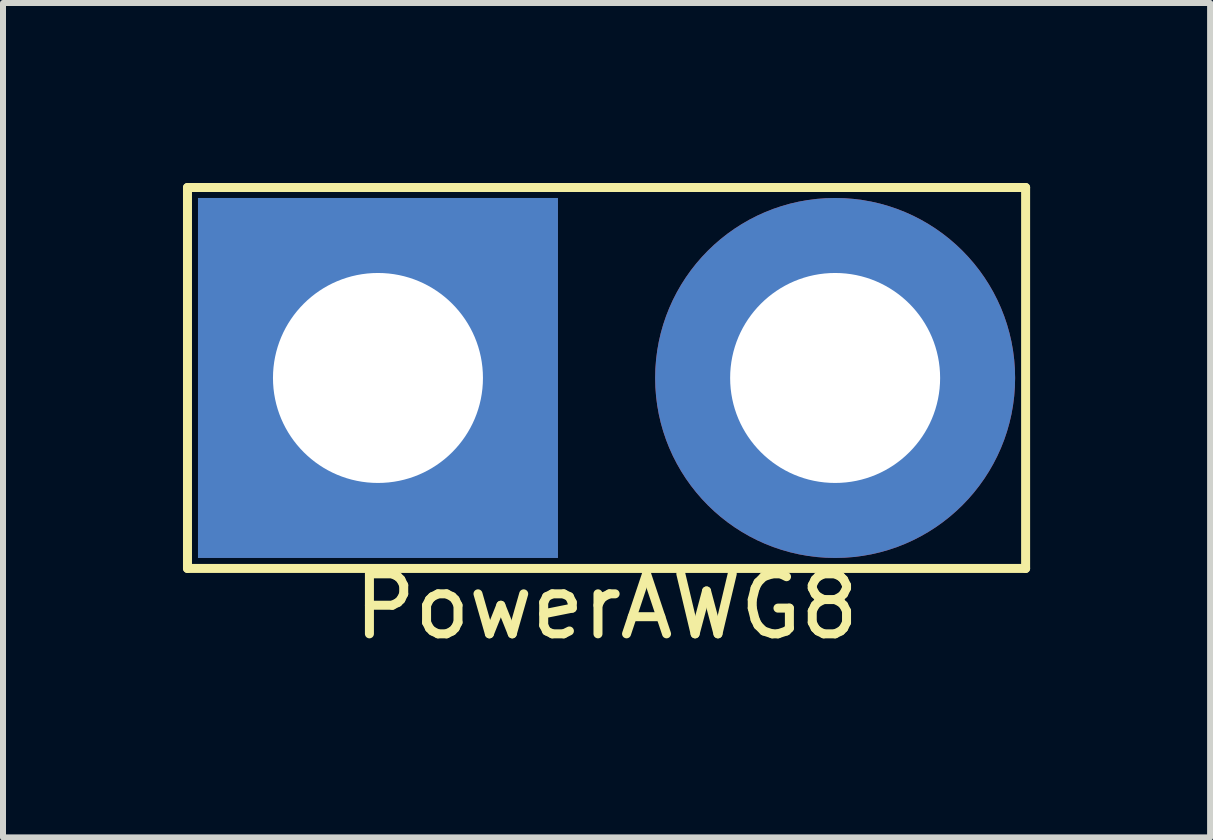
<source format=kicad_pcb>
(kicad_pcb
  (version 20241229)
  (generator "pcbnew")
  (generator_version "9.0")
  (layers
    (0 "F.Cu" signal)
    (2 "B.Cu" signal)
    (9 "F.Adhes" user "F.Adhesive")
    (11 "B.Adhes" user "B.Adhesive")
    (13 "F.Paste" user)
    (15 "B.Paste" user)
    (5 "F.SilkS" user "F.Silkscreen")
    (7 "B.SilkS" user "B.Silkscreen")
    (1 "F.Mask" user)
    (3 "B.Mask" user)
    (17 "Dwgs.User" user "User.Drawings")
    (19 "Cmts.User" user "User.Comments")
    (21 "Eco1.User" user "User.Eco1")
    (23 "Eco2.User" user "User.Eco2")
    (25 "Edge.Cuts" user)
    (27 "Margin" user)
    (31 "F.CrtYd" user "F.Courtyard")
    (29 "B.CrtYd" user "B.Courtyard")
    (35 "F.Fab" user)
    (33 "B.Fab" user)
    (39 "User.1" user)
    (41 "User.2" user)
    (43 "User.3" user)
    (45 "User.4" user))
  (footprint "PowerAWG8"
    (layer "F.Cu")
    (at 3.25 3.25)
    (property "Reference" "PowerAWG8" (at 3.81 3.81 0) (layer "F.SilkS") (effects (font (size 1 1) (thickness 0.15))))
    (attr through_hole)
    (fp_line (start -3.175 -3.175) (end 10.795 -3.175) (stroke (width 0.15) (type solid)) (layer "F.SilkS"))
    (fp_line (start -3.175 3.175) (end -3.175 -3.175) (stroke (width 0.15) (type solid)) (layer "F.SilkS"))
    (fp_line (start 10.795 -3.175) (end 10.795 3.175) (stroke (width 0.15) (type solid)) (layer "F.SilkS"))
    (fp_line (start 10.795 3.175) (end -3.175 3.175) (stroke (width 0.15) (type solid)) (layer "F.SilkS"))
    (pad "1" thru_hole rect (at 0 0) (size 6 6) (drill 3.5) (layers "*.Cu" "*.Mask"))
    (pad "2" thru_hole circle (at 7.62 0) (size 6 6) (drill 3.5) (layers "*.Cu" "*.Mask")))
  (gr_rect
    (start -3 -3)
    (end 17.12 10.908)
    (stroke (width 0.1) (type default))
    (fill no)
    (layer "Edge.Cuts")))
</source>
